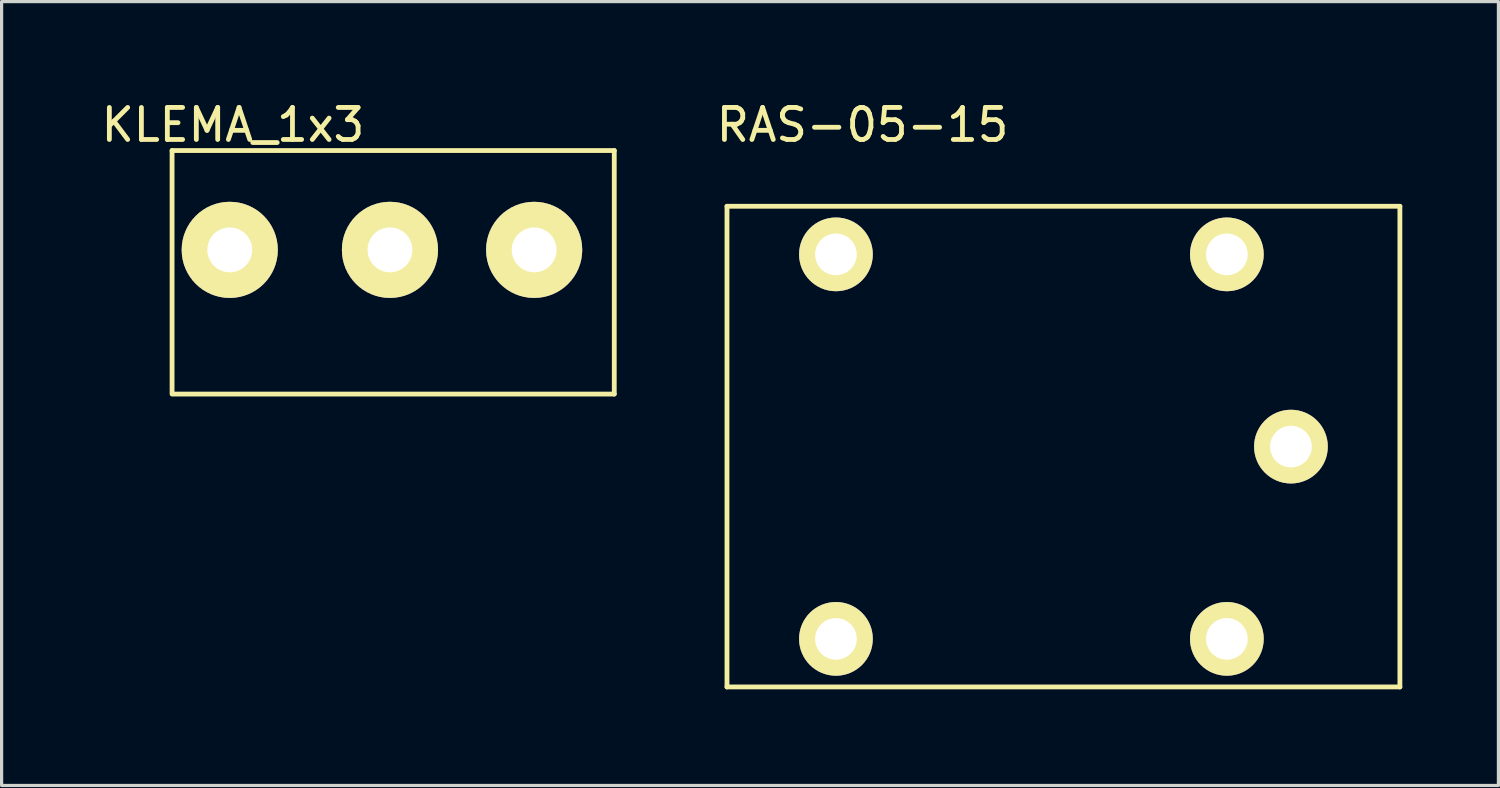
<source format=kicad_pcb>
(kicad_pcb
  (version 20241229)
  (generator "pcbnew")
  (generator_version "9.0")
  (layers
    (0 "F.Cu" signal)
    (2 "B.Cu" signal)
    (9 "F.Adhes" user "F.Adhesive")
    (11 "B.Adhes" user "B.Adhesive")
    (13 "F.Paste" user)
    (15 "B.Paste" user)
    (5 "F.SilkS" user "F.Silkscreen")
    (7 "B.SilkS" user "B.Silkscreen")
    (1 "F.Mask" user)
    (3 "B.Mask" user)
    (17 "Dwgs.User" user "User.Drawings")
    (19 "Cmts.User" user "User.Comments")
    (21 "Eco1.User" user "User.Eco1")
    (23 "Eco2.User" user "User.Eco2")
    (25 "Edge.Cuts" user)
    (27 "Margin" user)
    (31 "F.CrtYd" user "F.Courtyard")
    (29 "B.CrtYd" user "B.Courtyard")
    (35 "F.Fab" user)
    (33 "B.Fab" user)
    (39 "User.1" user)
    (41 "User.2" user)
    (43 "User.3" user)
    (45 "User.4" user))
  (footprint "KLEMA_1x3"
    (layer "F.Cu")
    (at 4.12 1.248)
    (property "Reference" "KLEMA_1x3" (at 0.1 -0.4 0) (layer "F.SilkS") (effects (font (size 1 1) (thickness 0.15))))
    (attr through_hole)
    (fp_line (start -1.8 0.4) (end -1.8 8) (stroke (width 0.15) (type solid)) (layer "F.SilkS"))
    (fp_line (start -1.75 8) (end 12 8) (stroke (width 0.15) (type solid)) (layer "F.SilkS"))
    (fp_line (start 12 0.4) (end -1.8 0.4) (stroke (width 0.15) (type solid)) (layer "F.SilkS"))
    (fp_line (start 12 8) (end 12 0.4) (stroke (width 0.15) (type solid)) (layer "F.SilkS"))
    (pad "1" thru_hole circle (at 0 3.5) (size 3 3) (drill 1.4) (layers "*.Cu" "*.Mask" "F.SilkS"))
    (pad "2" thru_hole circle (at 5 3.5) (size 3 3) (drill 1.4) (layers "*.Cu" "*.Mask" "F.SilkS"))
    (pad "3" thru_hole circle (at 9.5 3.5) (size 3 3) (drill 1.4) (layers "*.Cu" "*.Mask" "F.SilkS")))
  (footprint "RAS-05-15"
    (layer "F.Cu")
    (at 25.138 3.388)
    (property "Reference" "RAS-05-15" (at -1.27 -2.54 0) (layer "F.SilkS") (effects (font (size 1 1) (thickness 0.15))))
    (attr through_hole)
    (fp_line (start -5.5 0) (end 15.5 0) (stroke (width 0.15) (type solid)) (layer "F.SilkS"))
    (fp_line (start -5.5 15) (end -5.5 0) (stroke (width 0.15) (type solid)) (layer "F.SilkS"))
    (fp_line (start -5.5 15) (end 15.5 15) (stroke (width 0.15) (type solid)) (layer "F.SilkS"))
    (fp_line (start 15.5 0) (end 15.5 15) (stroke (width 0.15) (type solid)) (layer "F.SilkS"))
    (pad "1" thru_hole circle (at -2.1 1.5) (size 2.3 2.3) (drill 1.3) (layers "*.Cu" "*.Mask" "F.SilkS"))
    (pad "2" thru_hole circle (at 10.1 1.5) (size 2.3 2.3) (drill 1.3) (layers "*.Cu" "*.Mask" "F.SilkS"))
    (pad "3" thru_hole circle (at -2.1 13.5) (size 2.3 2.3) (drill 1.3) (layers "*.Cu" "*.Mask" "F.SilkS"))
    (pad "4" thru_hole circle (at 10.1 13.5) (size 2.3 2.3) (drill 1.3) (layers "*.Cu" "*.Mask" "F.SilkS"))
    (pad "5" thru_hole circle (at 12.1 7.5) (size 2.3 2.3) (drill 1.3) (layers "*.Cu" "*.Mask" "F.SilkS")))
  (gr_rect
    (start -3 -3)
    (end 43.713 21.463)
    (stroke (width 0.1) (type default))
    (fill no)
    (layer "Edge.Cuts")))
</source>
